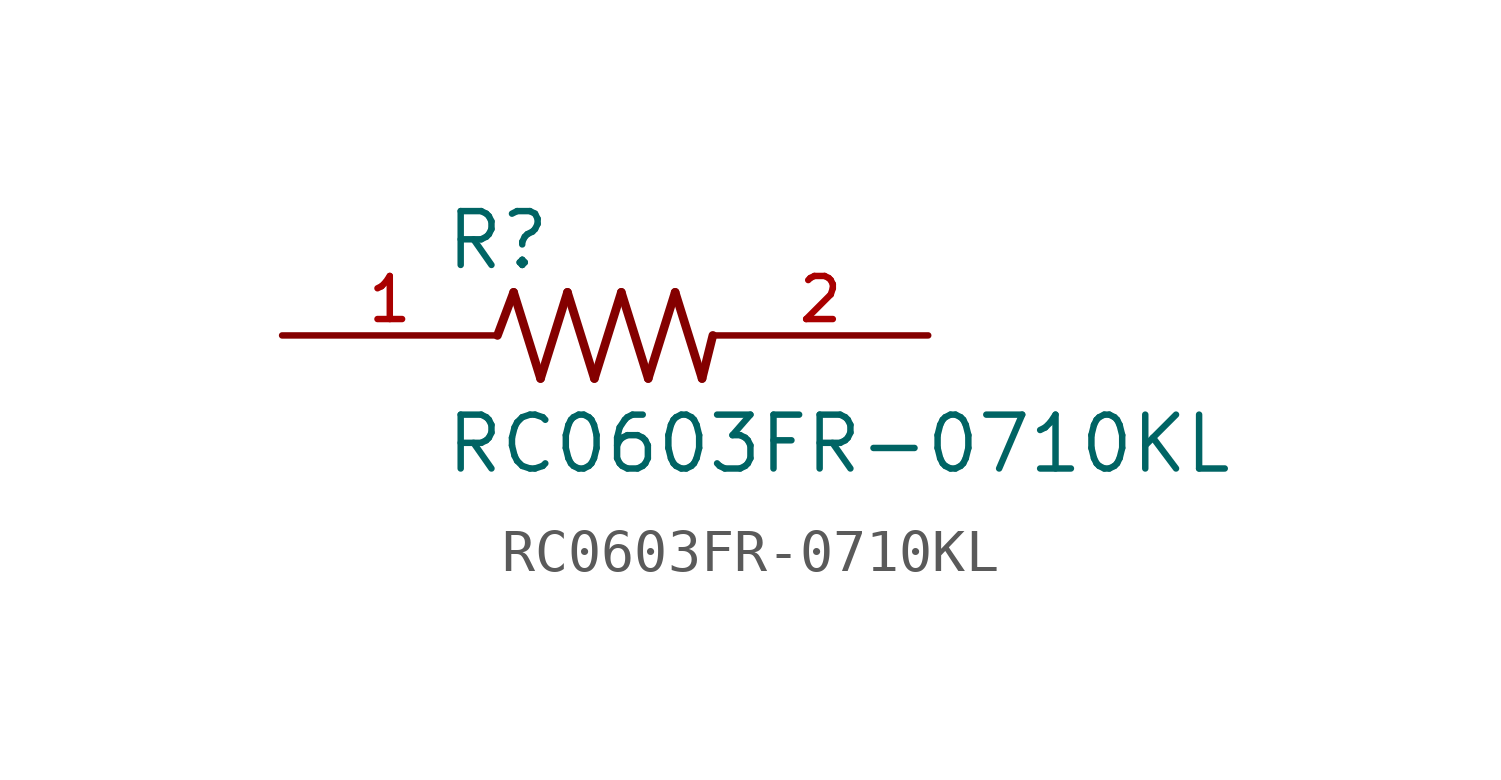
<source format=kicad_sym>
(kicad_symbol_lib
  (version 20211014)
  (generator kicad_symbol_editor)
  (symbol "RC0603FR-0710KL"
    (pin_names
      (offset 1.016))
    (property "Reference" "R"
      (at -3.81 1.499 0)
      (effects (font (size 1.27 1.27)) (justify bottom left)))
    (property "Value" "RC0603FR-0710KL"
      (at -3.81 -3.302 0)
      (effects (font (size 1.27 1.27)) (justify bottom left)))
    (symbol "RC0603FR-0710KL_0_0"
      (polyline (pts (xy -2.54 0.0) (xy -2.159 1.016)) (stroke (width 0.203)))
      (polyline (pts (xy -2.159 1.016) (xy -1.524 -1.016)) (stroke (width 0.203)))
      (polyline (pts (xy -1.524 -1.016) (xy -0.889 1.016)) (stroke (width 0.203)))
      (polyline (pts (xy -0.889 1.016) (xy -0.254 -1.016)) (stroke (width 0.203)))
      (polyline (pts (xy -0.254 -1.016) (xy 0.381 1.016)) (stroke (width 0.203)))
      (polyline (pts (xy 0.381 1.016) (xy 1.016 -1.016)) (stroke (width 0.203)))
      (polyline (pts (xy 1.016 -1.016) (xy 1.651 1.016)) (stroke (width 0.203)))
      (polyline (pts (xy 1.651 1.016) (xy 2.286 -1.016)) (stroke (width 0.203)))
      (polyline (pts (xy 2.286 -1.016) (xy 2.54 0.0)) (stroke (width 0.203)))
      (pin passive line (at 7.62 0.0 180.0) (length 5.08) (name "~" (effects (font (size 1.016 1.016)))) (number "2" (effects (font (size 1.016 1.016)))))
      (pin passive line (at -7.62 0.0 0) (length 5.08) (name "~" (effects (font (size 1.016 1.016)))) (number "1" (effects (font (size 1.016 1.016))))))))
</source>
